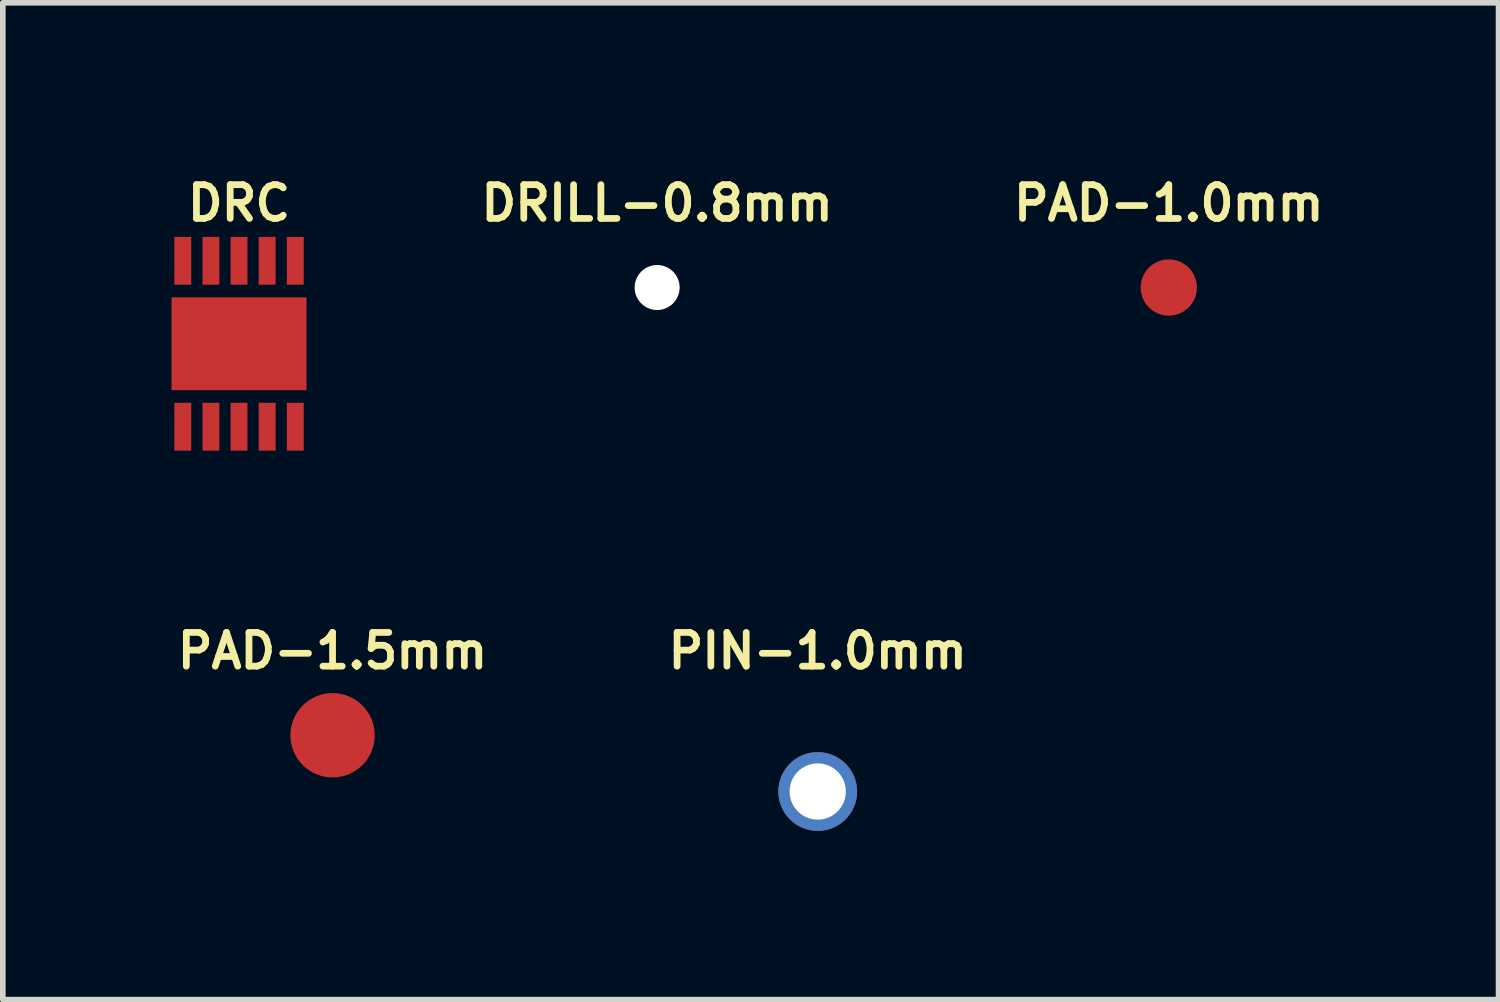
<source format=kicad_pcb>
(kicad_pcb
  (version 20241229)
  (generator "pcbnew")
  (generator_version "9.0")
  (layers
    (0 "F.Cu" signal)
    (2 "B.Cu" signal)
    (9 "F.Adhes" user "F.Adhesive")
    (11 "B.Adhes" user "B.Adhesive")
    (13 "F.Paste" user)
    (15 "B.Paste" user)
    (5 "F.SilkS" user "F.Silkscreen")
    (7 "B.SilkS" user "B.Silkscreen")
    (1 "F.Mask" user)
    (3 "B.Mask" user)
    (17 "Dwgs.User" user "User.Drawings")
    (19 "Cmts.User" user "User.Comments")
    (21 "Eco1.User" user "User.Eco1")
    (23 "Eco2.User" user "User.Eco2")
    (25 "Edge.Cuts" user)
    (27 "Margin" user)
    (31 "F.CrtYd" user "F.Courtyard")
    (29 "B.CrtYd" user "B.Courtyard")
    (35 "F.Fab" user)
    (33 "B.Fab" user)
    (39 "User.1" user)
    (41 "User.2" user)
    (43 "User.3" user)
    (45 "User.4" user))
  (footprint "DRILL-0.8mm"
    (layer "F.Cu")
    (at 8.634 2.062)
    (property "Reference" "DRILL-0.8mm" (at 0 -1.5 0) (layer "F.SilkS") (effects (font (size 0.6 0.6) (thickness 0.12))))
    (attr through_hole)
    (pad "" np_thru_hole circle (at 0 0) (size 0.8 0.8) (drill 0.8) (layers "*.Cu")))
  (footprint "PAD-1.0mm"
    (layer "F.Cu")
    (at 17.731 2.062)
    (property "Reference" "PAD-1.0mm" (at 0 -1.5 0) (layer "F.SilkS") (effects (font (size 0.6 0.6) (thickness 0.12))))
    (attr through_hole)
    (pad "1" smd circle (at 0 0) (size 1 1) (layers "F.Cu" "F.Mask")))
  (footprint "PIN-1.0mm"
    (layer "F.Cu")
    (at 11.489 11.023)
    (property "Reference" "PIN-1.0mm" (at 0 -2.5 0) (layer "F.SilkS") (effects (font (size 0.6 0.6) (thickness 0.12))))
    (attr through_hole)
    (pad "1" thru_hole circle (at 0 0) (size 1.4 1.4) (drill 1) (layers "*.Cu" "*.Mask")))
  (footprint "PAD-1.5mm"
    (layer "F.Cu")
    (at 2.863 10.023)
    (property "Reference" "PAD-1.5mm" (at 0 -1.5 0) (layer "F.SilkS") (effects (font (size 0.6 0.6) (thickness 0.12))))
    (attr through_hole)
    (pad "1" smd circle (at 0 0) (size 1.5 1.5) (layers "F.Cu" "F.Mask")))
  (footprint "DRC"
    (layer "F.Cu")
    (at 1.2 3.062)
    (property "Reference" "DRC" (at 0 -2.5 0) (layer "F.SilkS") (effects (font (size 0.6 0.6) (thickness 0.12))))
    (attr through_hole)
    (pad "1" smd rect (at -1 1.475) (size 0.3 0.85) (layers "F.Cu" "F.Mask" "F.Paste"))
    (pad "2" smd rect (at -0.5 1.475) (size 0.3 0.85) (layers "F.Cu" "F.Mask" "F.Paste"))
    (pad "3" smd rect (at 0 1.475) (size 0.3 0.85) (layers "F.Cu" "F.Mask" "F.Paste"))
    (pad "4" smd rect (at 0.5 1.475) (size 0.3 0.85) (layers "F.Cu" "F.Mask" "F.Paste"))
    (pad "5" smd rect (at 1 1.475) (size 0.3 0.85) (layers "F.Cu" "F.Mask" "F.Paste"))
    (pad "6" smd rect (at 1 -1.475) (size 0.3 0.85) (layers "F.Cu" "F.Mask" "F.Paste"))
    (pad "7" smd rect (at 0.5 -1.475) (size 0.3 0.85) (layers "F.Cu" "F.Mask" "F.Paste"))
    (pad "8" smd rect (at 0 -1.475) (size 0.3 0.85) (layers "F.Cu" "F.Mask" "F.Paste"))
    (pad "9" smd rect (at -0.5 -1.475) (size 0.3 0.85) (layers "F.Cu" "F.Mask" "F.Paste"))
    (pad "10" smd rect (at -1 -1.475) (size 0.3 0.85) (layers "F.Cu" "F.Mask" "F.Paste"))
    (pad "11" smd rect (at 0 0) (size 2.4 1.65) (layers "F.Cu" "F.Mask" "F.Paste")))
  (gr_rect
    (start -3 -3)
    (end 23.594 14.723)
    (stroke (width 0.1) (type default))
    (fill no)
    (layer "Edge.Cuts")))
</source>
